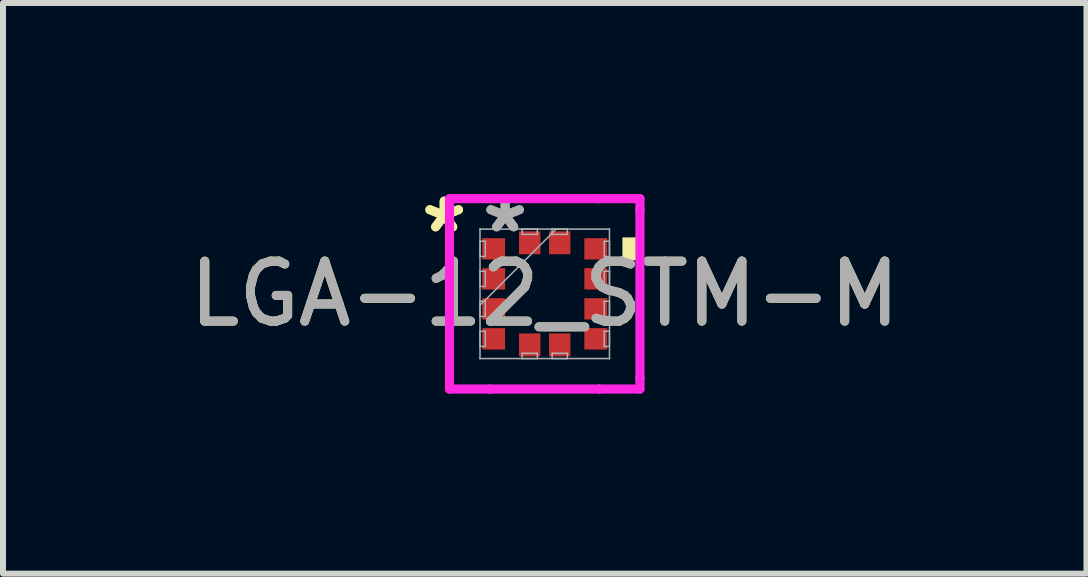
<source format=kicad_pcb>
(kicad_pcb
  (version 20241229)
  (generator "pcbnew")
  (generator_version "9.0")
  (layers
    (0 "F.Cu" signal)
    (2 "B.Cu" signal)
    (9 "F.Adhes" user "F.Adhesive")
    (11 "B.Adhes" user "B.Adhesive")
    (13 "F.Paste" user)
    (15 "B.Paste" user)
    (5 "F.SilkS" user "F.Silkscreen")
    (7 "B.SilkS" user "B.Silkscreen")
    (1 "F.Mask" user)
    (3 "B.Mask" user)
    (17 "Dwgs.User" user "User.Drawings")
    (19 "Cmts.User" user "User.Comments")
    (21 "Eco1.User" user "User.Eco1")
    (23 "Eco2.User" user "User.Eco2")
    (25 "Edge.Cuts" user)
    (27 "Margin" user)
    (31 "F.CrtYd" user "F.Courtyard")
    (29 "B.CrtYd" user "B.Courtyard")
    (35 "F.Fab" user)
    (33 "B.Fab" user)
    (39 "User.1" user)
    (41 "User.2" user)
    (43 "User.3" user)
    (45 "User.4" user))
  (footprint "LGA-12_STM-M"
    (layer "F.Cu")
    (at 6.03 1.848)
    (property "Reference" "LGA-12_STM-M" (at 0 0 0) (unlocked yes) (layer "F.SilkS") (effects (font (size 1 1) (thickness 0.15))))
    (attr smd)
    (fp_poly (pts (xy 1.549 -0.941) (xy 1.549 -0.56) (xy 1.295 -0.56) (xy 1.295 -0.941)) (stroke (width 0) (type solid)) (fill yes) (layer "F.SilkS"))
    (fp_line (start -1.587 -1.587) (end -0.91 -1.587) (stroke (width 0.152) (type solid)) (layer "F.CrtYd"))
    (fp_line (start -1.587 -1.41) (end -1.587 -1.587) (stroke (width 0.152) (type solid)) (layer "F.CrtYd"))
    (fp_line (start -1.587 -1.41) (end -1.587 -1.41) (stroke (width 0.152) (type solid)) (layer "F.CrtYd"))
    (fp_line (start -1.587 1.41) (end -1.587 -1.41) (stroke (width 0.152) (type solid)) (layer "F.CrtYd"))
    (fp_line (start -1.587 1.41) (end -1.587 1.41) (stroke (width 0.152) (type solid)) (layer "F.CrtYd"))
    (fp_line (start -1.587 1.587) (end -1.587 1.41) (stroke (width 0.152) (type solid)) (layer "F.CrtYd"))
    (fp_line (start -0.91 -1.587) (end -0.91 -1.587) (stroke (width 0.152) (type solid)) (layer "F.CrtYd"))
    (fp_line (start -0.91 -1.587) (end 0.91 -1.587) (stroke (width 0.152) (type solid)) (layer "F.CrtYd"))
    (fp_line (start -0.91 1.587) (end -1.587 1.587) (stroke (width 0.152) (type solid)) (layer "F.CrtYd"))
    (fp_line (start -0.91 1.587) (end -0.91 1.587) (stroke (width 0.152) (type solid)) (layer "F.CrtYd"))
    (fp_line (start 0.91 -1.587) (end 0.91 -1.587) (stroke (width 0.152) (type solid)) (layer "F.CrtYd"))
    (fp_line (start 0.91 -1.587) (end 1.587 -1.587) (stroke (width 0.152) (type solid)) (layer "F.CrtYd"))
    (fp_line (start 0.91 1.587) (end -0.91 1.587) (stroke (width 0.152) (type solid)) (layer "F.CrtYd"))
    (fp_line (start 0.91 1.587) (end 0.91 1.587) (stroke (width 0.152) (type solid)) (layer "F.CrtYd"))
    (fp_line (start 1.587 -1.587) (end 1.587 -1.41) (stroke (width 0.152) (type solid)) (layer "F.CrtYd"))
    (fp_line (start 1.587 -1.41) (end 1.587 -1.41) (stroke (width 0.152) (type solid)) (layer "F.CrtYd"))
    (fp_line (start 1.587 -1.41) (end 1.587 1.41) (stroke (width 0.152) (type solid)) (layer "F.CrtYd"))
    (fp_line (start 1.587 1.41) (end 1.587 1.41) (stroke (width 0.152) (type solid)) (layer "F.CrtYd"))
    (fp_line (start 1.587 1.41) (end 1.587 1.587) (stroke (width 0.152) (type solid)) (layer "F.CrtYd"))
    (fp_line (start 1.587 1.587) (end 0.91 1.587) (stroke (width 0.152) (type solid)) (layer "F.CrtYd"))
    (fp_line (start -1.079 -1.079) (end -1.079 -1.079) (stroke (width 0.025) (type solid)) (layer "F.Fab"))
    (fp_line (start -1.079 -1.079) (end -1.079 1.079) (stroke (width 0.025) (type solid)) (layer "F.Fab"))
    (fp_line (start -1.079 -0.877) (end -0.991 -0.877) (stroke (width 0.025) (type solid)) (layer "F.Fab"))
    (fp_line (start -1.079 -0.623) (end -1.079 -0.877) (stroke (width 0.025) (type solid)) (layer "F.Fab"))
    (fp_line (start -1.079 -0.377) (end -0.991 -0.377) (stroke (width 0.025) (type solid)) (layer "F.Fab"))
    (fp_line (start -1.079 -0.123) (end -1.079 -0.377) (stroke (width 0.025) (type solid)) (layer "F.Fab"))
    (fp_line (start -1.079 0.123) (end -0.991 0.123) (stroke (width 0.025) (type solid)) (layer "F.Fab"))
    (fp_line (start -1.079 0.191) (end 0.191 -1.079) (stroke (width 0.025) (type solid)) (layer "F.Fab"))
    (fp_line (start -1.079 0.377) (end -1.079 0.123) (stroke (width 0.025) (type solid)) (layer "F.Fab"))
    (fp_line (start -1.079 0.623) (end -0.991 0.623) (stroke (width 0.025) (type solid)) (layer "F.Fab"))
    (fp_line (start -1.079 0.877) (end -1.079 0.623) (stroke (width 0.025) (type solid)) (layer "F.Fab"))
    (fp_line (start -1.079 1.079) (end -1.079 1.079) (stroke (width 0.025) (type solid)) (layer "F.Fab"))
    (fp_line (start -1.079 1.079) (end 1.079 1.079) (stroke (width 0.025) (type solid)) (layer "F.Fab"))
    (fp_line (start -0.991 -0.877) (end -0.991 -0.623) (stroke (width 0.025) (type solid)) (layer "F.Fab"))
    (fp_line (start -0.991 -0.623) (end -1.079 -0.623) (stroke (width 0.025) (type solid)) (layer "F.Fab"))
    (fp_line (start -0.991 -0.377) (end -0.991 -0.123) (stroke (width 0.025) (type solid)) (layer "F.Fab"))
    (fp_line (start -0.991 -0.123) (end -1.079 -0.123) (stroke (width 0.025) (type solid)) (layer "F.Fab"))
    (fp_line (start -0.991 0.123) (end -0.991 0.377) (stroke (width 0.025) (type solid)) (layer "F.Fab"))
    (fp_line (start -0.991 0.377) (end -1.079 0.377) (stroke (width 0.025) (type solid)) (layer "F.Fab"))
    (fp_line (start -0.991 0.623) (end -0.991 0.877) (stroke (width 0.025) (type solid)) (layer "F.Fab"))
    (fp_line (start -0.991 0.877) (end -1.079 0.877) (stroke (width 0.025) (type solid)) (layer "F.Fab"))
    (fp_line (start -0.377 -1.079) (end -0.123 -1.079) (stroke (width 0.025) (type solid)) (layer "F.Fab"))
    (fp_line (start -0.377 -0.991) (end -0.377 -1.079) (stroke (width 0.025) (type solid)) (layer "F.Fab"))
    (fp_line (start -0.377 0.991) (end -0.123 0.991) (stroke (width 0.025) (type solid)) (layer "F.Fab"))
    (fp_line (start -0.377 1.079) (end -0.377 0.991) (stroke (width 0.025) (type solid)) (layer "F.Fab"))
    (fp_line (start -0.123 -1.079) (end -0.123 -0.991) (stroke (width 0.025) (type solid)) (layer "F.Fab"))
    (fp_line (start -0.123 -0.991) (end -0.377 -0.991) (stroke (width 0.025) (type solid)) (layer "F.Fab"))
    (fp_line (start -0.123 0.991) (end -0.123 1.079) (stroke (width 0.025) (type solid)) (layer "F.Fab"))
    (fp_line (start -0.123 1.079) (end -0.377 1.079) (stroke (width 0.025) (type solid)) (layer "F.Fab"))
    (fp_line (start 0.123 -1.079) (end 0.377 -1.079) (stroke (width 0.025) (type solid)) (layer "F.Fab"))
    (fp_line (start 0.123 -0.991) (end 0.123 -1.079) (stroke (width 0.025) (type solid)) (layer "F.Fab"))
    (fp_line (start 0.123 0.991) (end 0.377 0.991) (stroke (width 0.025) (type solid)) (layer "F.Fab"))
    (fp_line (start 0.123 1.079) (end 0.123 0.991) (stroke (width 0.025) (type solid)) (layer "F.Fab"))
    (fp_line (start 0.377 -1.079) (end 0.377 -0.991) (stroke (width 0.025) (type solid)) (layer "F.Fab"))
    (fp_line (start 0.377 -0.991) (end 0.123 -0.991) (stroke (width 0.025) (type solid)) (layer "F.Fab"))
    (fp_line (start 0.377 0.991) (end 0.377 1.079) (stroke (width 0.025) (type solid)) (layer "F.Fab"))
    (fp_line (start 0.377 1.079) (end 0.123 1.079) (stroke (width 0.025) (type solid)) (layer "F.Fab"))
    (fp_line (start 0.991 -0.877) (end 1.079 -0.877) (stroke (width 0.025) (type solid)) (layer "F.Fab"))
    (fp_line (start 0.991 -0.623) (end 0.991 -0.877) (stroke (width 0.025) (type solid)) (layer "F.Fab"))
    (fp_line (start 0.991 -0.377) (end 1.079 -0.377) (stroke (width 0.025) (type solid)) (layer "F.Fab"))
    (fp_line (start 0.991 -0.123) (end 0.991 -0.377) (stroke (width 0.025) (type solid)) (layer "F.Fab"))
    (fp_line (start 0.991 0.123) (end 1.079 0.123) (stroke (width 0.025) (type solid)) (layer "F.Fab"))
    (fp_line (start 0.991 0.377) (end 0.991 0.123) (stroke (width 0.025) (type solid)) (layer "F.Fab"))
    (fp_line (start 0.991 0.623) (end 1.079 0.623) (stroke (width 0.025) (type solid)) (layer "F.Fab"))
    (fp_line (start 0.991 0.877) (end 0.991 0.623) (stroke (width 0.025) (type solid)) (layer "F.Fab"))
    (fp_line (start 1.079 -1.079) (end -1.079 -1.079) (stroke (width 0.025) (type solid)) (layer "F.Fab"))
    (fp_line (start 1.079 -1.079) (end 1.079 -1.079) (stroke (width 0.025) (type solid)) (layer "F.Fab"))
    (fp_line (start 1.079 -0.877) (end 1.079 -0.623) (stroke (width 0.025) (type solid)) (layer "F.Fab"))
    (fp_line (start 1.079 -0.623) (end 0.991 -0.623) (stroke (width 0.025) (type solid)) (layer "F.Fab"))
    (fp_line (start 1.079 -0.377) (end 1.079 -0.123) (stroke (width 0.025) (type solid)) (layer "F.Fab"))
    (fp_line (start 1.079 -0.123) (end 0.991 -0.123) (stroke (width 0.025) (type solid)) (layer "F.Fab"))
    (fp_line (start 1.079 0.123) (end 1.079 0.377) (stroke (width 0.025) (type solid)) (layer "F.Fab"))
    (fp_line (start 1.079 0.377) (end 0.991 0.377) (stroke (width 0.025) (type solid)) (layer "F.Fab"))
    (fp_line (start 1.079 0.623) (end 1.079 0.877) (stroke (width 0.025) (type solid)) (layer "F.Fab"))
    (fp_line (start 1.079 0.877) (end 0.991 0.877) (stroke (width 0.025) (type solid)) (layer "F.Fab"))
    (fp_line (start 1.079 1.079) (end 1.079 -1.079) (stroke (width 0.025) (type solid)) (layer "F.Fab"))
    (fp_line (start 1.079 1.079) (end 1.079 1.079) (stroke (width 0.025) (type solid)) (layer "F.Fab"))
    (fp_text user "*" (at -1.676 -1 0) (unlocked yes) (layer "F.SilkS") (effects (font (size 1 1) (thickness 0.15))))
    (fp_text user "*" (at -1.676 -1 0) (layer "F.SilkS") (effects (font (size 1 1) (thickness 0.15))))
    (fp_text user "*" (at -0.66 -1 0) (layer "F.Fab") (effects (font (size 1 1) (thickness 0.15))))
    (fp_text user "*" (at -0.66 -1 0) (unlocked yes) (layer "F.Fab") (effects (font (size 1 1) (thickness 0.15))))
    (fp_text user "${REFERENCE}" (at 0 0 0) (unlocked yes) (layer "F.Fab") (effects (font (size 1 1) (thickness 0.15))))
    (pad "1" smd rect (at -0.851 -0.75 90) (size 0.356 0.381) (layers "F.Cu" "F.Mask" "F.Paste"))
    (pad "2" smd rect (at -0.851 -0.25 90) (size 0.356 0.381) (layers "F.Cu" "F.Mask" "F.Paste"))
    (pad "3" smd rect (at -0.851 0.25 90) (size 0.356 0.381) (layers "F.Cu" "F.Mask" "F.Paste"))
    (pad "4" smd rect (at -0.851 0.75 90) (size 0.356 0.381) (layers "F.Cu" "F.Mask" "F.Paste"))
    (pad "5" smd rect (at -0.25 0.851) (size 0.356 0.381) (layers "F.Cu" "F.Mask" "F.Paste"))
    (pad "6" smd rect (at 0.25 0.851) (size 0.356 0.381) (layers "F.Cu" "F.Mask" "F.Paste"))
    (pad "7" smd rect (at 0.851 0.75 90) (size 0.356 0.381) (layers "F.Cu" "F.Mask" "F.Paste"))
    (pad "8" smd rect (at 0.851 0.25 90) (size 0.356 0.381) (layers "F.Cu" "F.Mask" "F.Paste"))
    (pad "9" smd rect (at 0.851 -0.25 90) (size 0.356 0.381) (layers "F.Cu" "F.Mask" "F.Paste"))
    (pad "10" smd rect (at 0.851 -0.75 90) (size 0.356 0.381) (layers "F.Cu" "F.Mask" "F.Paste"))
    (pad "11" smd rect (at 0.25 -0.851) (size 0.356 0.381) (layers "F.Cu" "F.Mask" "F.Paste"))
    (pad "12" smd rect (at -0.25 -0.851) (size 0.356 0.381) (layers "F.Cu" "F.Mask" "F.Paste")))
  (gr_rect
    (start -3 -3)
    (end 15.06 6.512)
    (stroke (width 0.1) (type default))
    (fill no)
    (layer "Edge.Cuts")))
</source>
